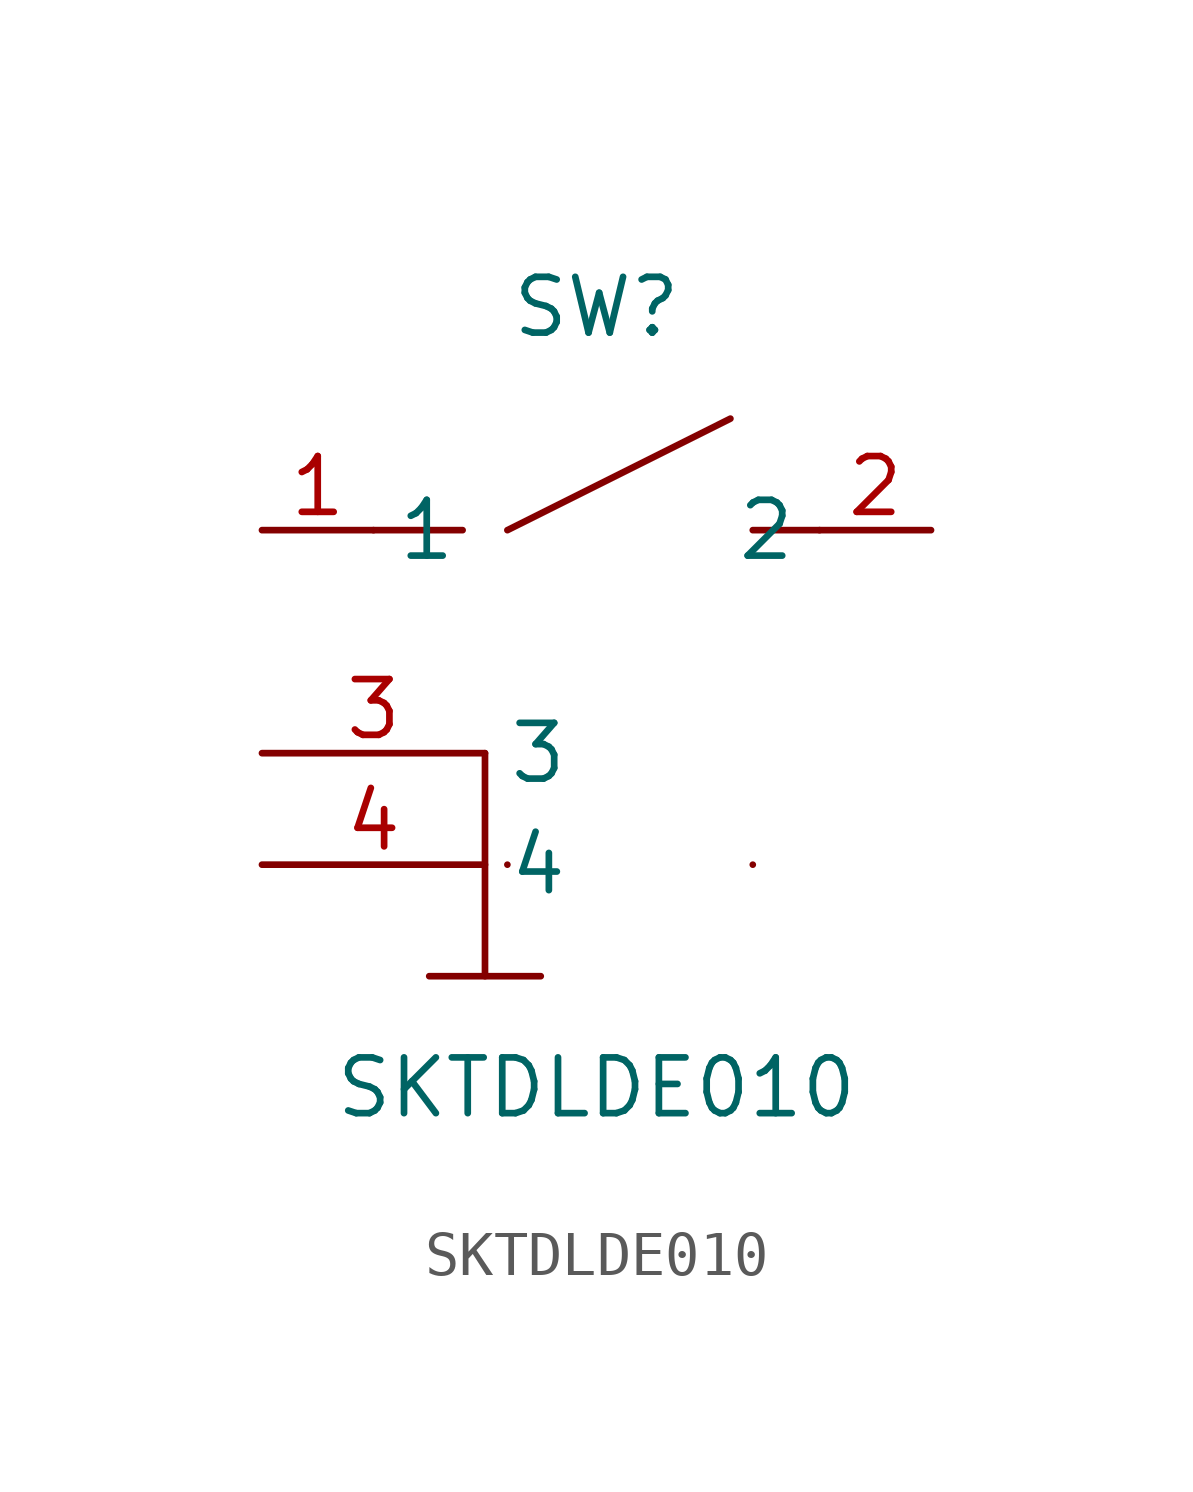
<source format=kicad_sym>
(kicad_symbol_lib
  (version 1)
  (generator "faebryk")
  (symbol "SKTDLDE010"
    (property "Reference" "SW"
      (at 0 8.89 0)
      (effects (font (size 1.27 1.27)) (hide no)))
    (property "Value" "SKTDLDE010"
      (at 0 -8.89 0)
      (effects (font (size 1.27 1.27)) (hide no)))
    (symbol "SKTDLDE010_0_1"
      (polyline (stroke (width 0) (type default) (color 0 0 0 0)) (fill (type none)) (pts (xy -5.08 3.81) (xy -3.05 3.81)))
      (polyline (stroke (width 0) (type default) (color 0 0 0 0)) (fill (type none)) (pts (xy 5.08 3.81) (xy 3.56 3.81)))
      (polyline (stroke (width 0) (type default) (color 0 0 0 0)) (fill (type none)) (pts (xy -2.03 3.81) (xy 3.05 6.35)))
      (polyline (stroke (width 0) (type default) (color 0 0 0 0)) (fill (type none)) (pts (xy -2.54 -1.27) (xy -2.54 -6.35)))
      (polyline (stroke (width 0) (type default) (color 0 0 0 0)) (fill (type none)) (pts (xy -3.81 -6.35) (xy -1.27 -6.35)))
      (arc (start -2.03 -3.81) (mid -2.04 -3.74) (end -2.03 -3.81) (stroke (width 0) (type default) (color 0 0 0 0)) (fill (type none)))
      (arc (start 3.56 -3.81) (mid 3.55 -3.74) (end 3.56 -3.81) (stroke (width 0) (type default) (color 0 0 0 0)) (fill (type none)))
      (pin input line (at -7.62 3.81 0) (length 2.54) (name "1" (effects (font (size 1.27 1.27)) (hide no))) (number "1" (effects (font (size 1.27 1.27)) (hide no))))
      (pin input line (at 7.62 3.81 180) (length 2.54) (name "2" (effects (font (size 1.27 1.27)) (hide no))) (number "2" (effects (font (size 1.27 1.27)) (hide no))))
      (pin unspecified line (at -7.62 -1.27 0) (length 5.08) (name "3" (effects (font (size 1.27 1.27)) (hide no))) (number "3" (effects (font (size 1.27 1.27)) (hide no))))
      (pin unspecified line (at -7.62 -3.81 0) (length 5.08) (name "4" (effects (font (size 1.27 1.27)) (hide no))) (number "4" (effects (font (size 1.27 1.27)) (hide no)))))))
</source>
